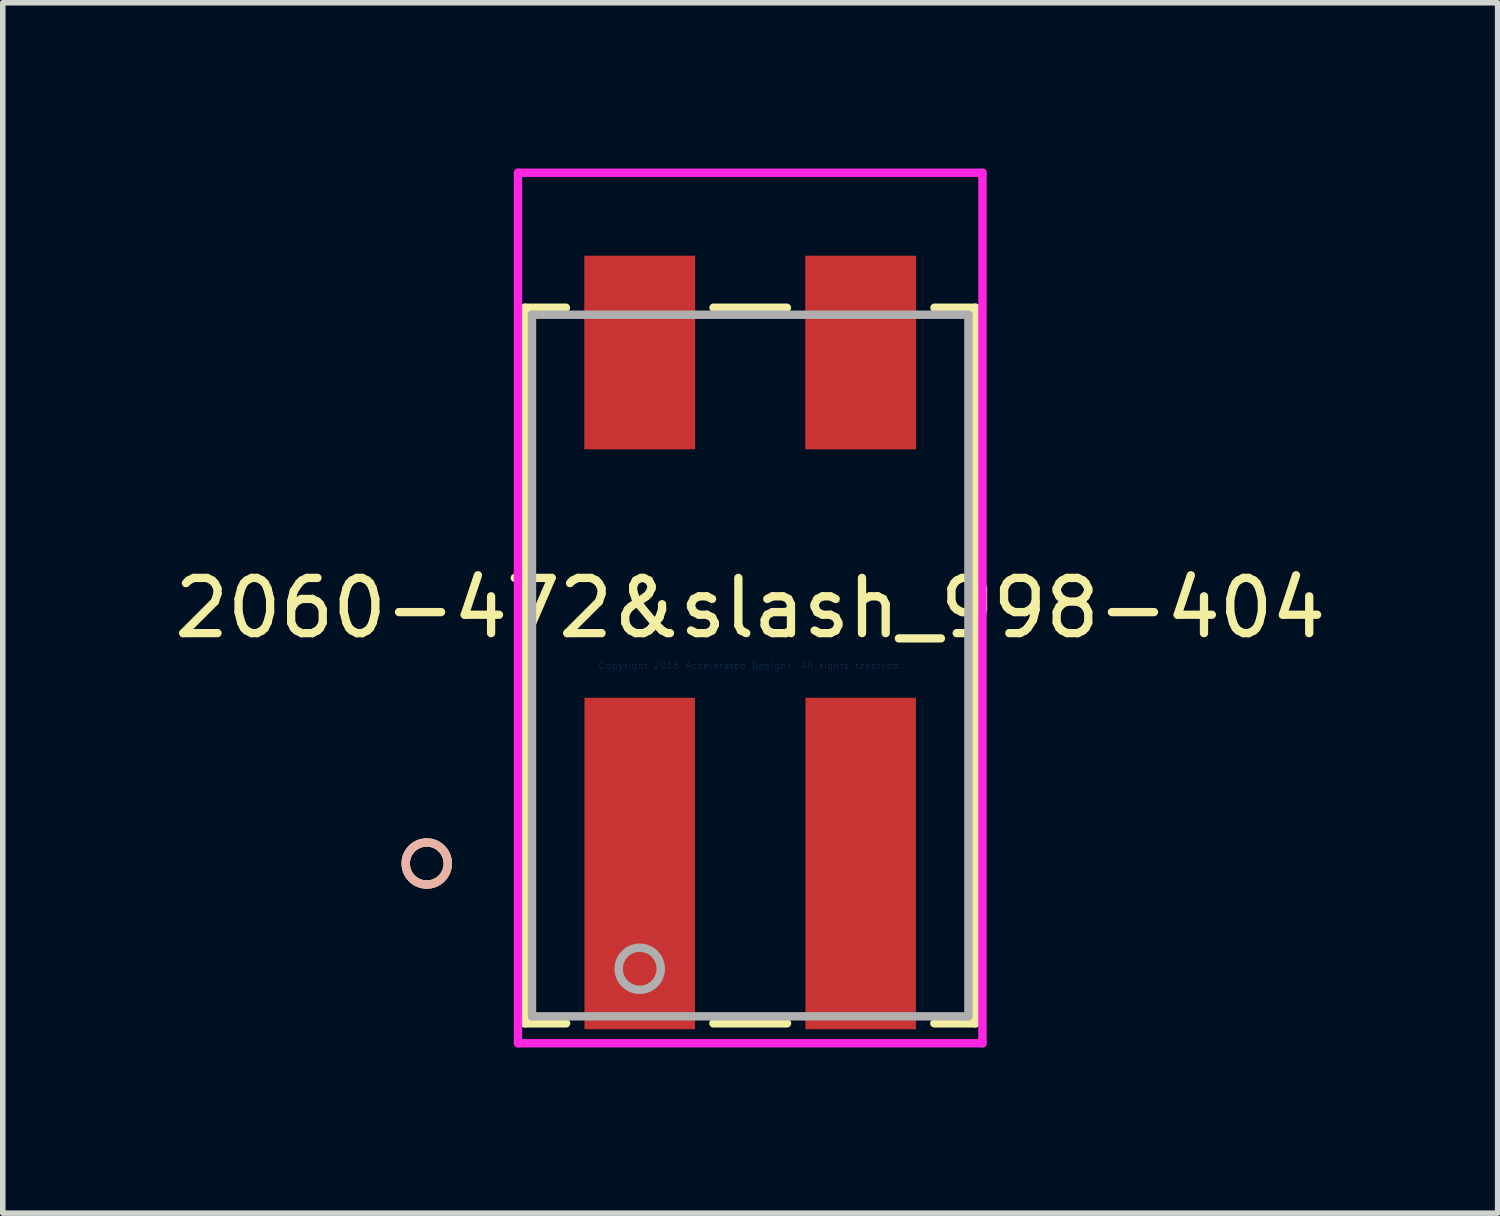
<source format=kicad_pcb>
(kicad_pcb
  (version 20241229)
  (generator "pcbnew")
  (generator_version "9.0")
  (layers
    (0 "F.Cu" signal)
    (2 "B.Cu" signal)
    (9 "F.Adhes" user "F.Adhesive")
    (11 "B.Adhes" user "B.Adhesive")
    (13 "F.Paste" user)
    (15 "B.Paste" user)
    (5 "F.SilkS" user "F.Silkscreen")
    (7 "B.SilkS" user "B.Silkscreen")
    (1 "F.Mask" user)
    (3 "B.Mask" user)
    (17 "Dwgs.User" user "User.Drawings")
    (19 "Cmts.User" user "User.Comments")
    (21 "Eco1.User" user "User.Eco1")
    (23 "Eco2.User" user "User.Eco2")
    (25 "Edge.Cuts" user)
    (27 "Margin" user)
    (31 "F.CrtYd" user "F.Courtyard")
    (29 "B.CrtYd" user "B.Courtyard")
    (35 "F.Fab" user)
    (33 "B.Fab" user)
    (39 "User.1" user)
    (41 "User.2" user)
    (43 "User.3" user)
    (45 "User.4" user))
  (footprint "2060-472&slash_998-404"
    (layer "F.Cu")
    (at 10.53 8.997)
    (property "Reference" "2060-472&slash_998-404" (at 0 -1.041 0) (layer "F.SilkS") (effects (font (size 1 1) (thickness 0.15))))
    (attr smd)
    (fp_line (start -4.077 -6.477) (end -4.077 6.477) (stroke (width 0.152) (type solid)) (layer "F.SilkS"))
    (fp_line (start -4.077 6.477) (end -3.333 6.477) (stroke (width 0.152) (type solid)) (layer "F.SilkS"))
    (fp_line (start -3.336 -6.477) (end -4.077 -6.477) (stroke (width 0.152) (type solid)) (layer "F.SilkS"))
    (fp_line (start -0.667 6.477) (end 0.667 6.477) (stroke (width 0.152) (type solid)) (layer "F.SilkS"))
    (fp_line (start 0.664 -6.477) (end -0.664 -6.477) (stroke (width 0.152) (type solid)) (layer "F.SilkS"))
    (fp_line (start 3.333 6.477) (end 4.077 6.477) (stroke (width 0.152) (type solid)) (layer "F.SilkS"))
    (fp_line (start 4.077 -6.477) (end 3.336 -6.477) (stroke (width 0.152) (type solid)) (layer "F.SilkS"))
    (fp_line (start 4.077 6.477) (end 4.077 -6.477) (stroke (width 0.152) (type solid)) (layer "F.SilkS"))
    (fp_circle (center -5.855 3.584) (end -5.474 3.584) (stroke (width 0.152) (type solid)) (fill no) (layer "F.SilkS"))
    (fp_circle (center -5.855 3.584) (end -5.474 3.584) (stroke (width 0.152) (type solid)) (fill no) (layer "B.SilkS"))
    (fp_line (start -4.204 -8.92) (end -4.204 6.838) (stroke (width 0.152) (type solid)) (layer "F.CrtYd"))
    (fp_line (start -4.204 6.838) (end 4.204 6.838) (stroke (width 0.152) (type solid)) (layer "F.CrtYd"))
    (fp_line (start 4.204 -8.92) (end -4.204 -8.92) (stroke (width 0.152) (type solid)) (layer "F.CrtYd"))
    (fp_line (start 4.204 6.838) (end 4.204 -8.92) (stroke (width 0.152) (type solid)) (layer "F.CrtYd"))
    (fp_line (start -3.95 -6.35) (end -3.95 6.35) (stroke (width 0.152) (type solid)) (layer "F.Fab"))
    (fp_line (start -3.95 6.35) (end 3.95 6.35) (stroke (width 0.152) (type solid)) (layer "F.Fab"))
    (fp_line (start 3.95 -6.35) (end -3.95 -6.35) (stroke (width 0.152) (type solid)) (layer "F.Fab"))
    (fp_line (start 3.95 6.35) (end 3.95 -6.35) (stroke (width 0.152) (type solid)) (layer "F.Fab"))
    (fp_circle (center -2 5.489) (end -1.619 5.489) (stroke (width 0.152) (type solid)) (fill no) (layer "F.Fab"))
    (fp_text user "Copyright 2016 Accelerated Designs. All rights reserved." (at 0 0 0) (layer "Cmts.User") (effects (font (size 0.127 0.127) (thickness 0.002))))
    (pad "1" smd rect (at -2 -5.666) (size 2.007 3.505) (layers "F.Cu" "F.Mask" "F.Paste"))
    (pad "1" smd rect (at -2 3.584) (size 2 6) (layers "F.Cu" "F.Mask" "F.Paste"))
    (pad "2" smd rect (at 2 -5.666) (size 2.007 3.505) (layers "F.Cu" "F.Mask" "F.Paste"))
    (pad "2" smd rect (at 2 3.584) (size 2 6) (layers "F.Cu" "F.Mask" "F.Paste")))
  (gr_rect
    (start -3 -3)
    (end 24.06 18.91)
    (stroke (width 0.1) (type default))
    (fill no)
    (layer "Edge.Cuts")))
</source>
